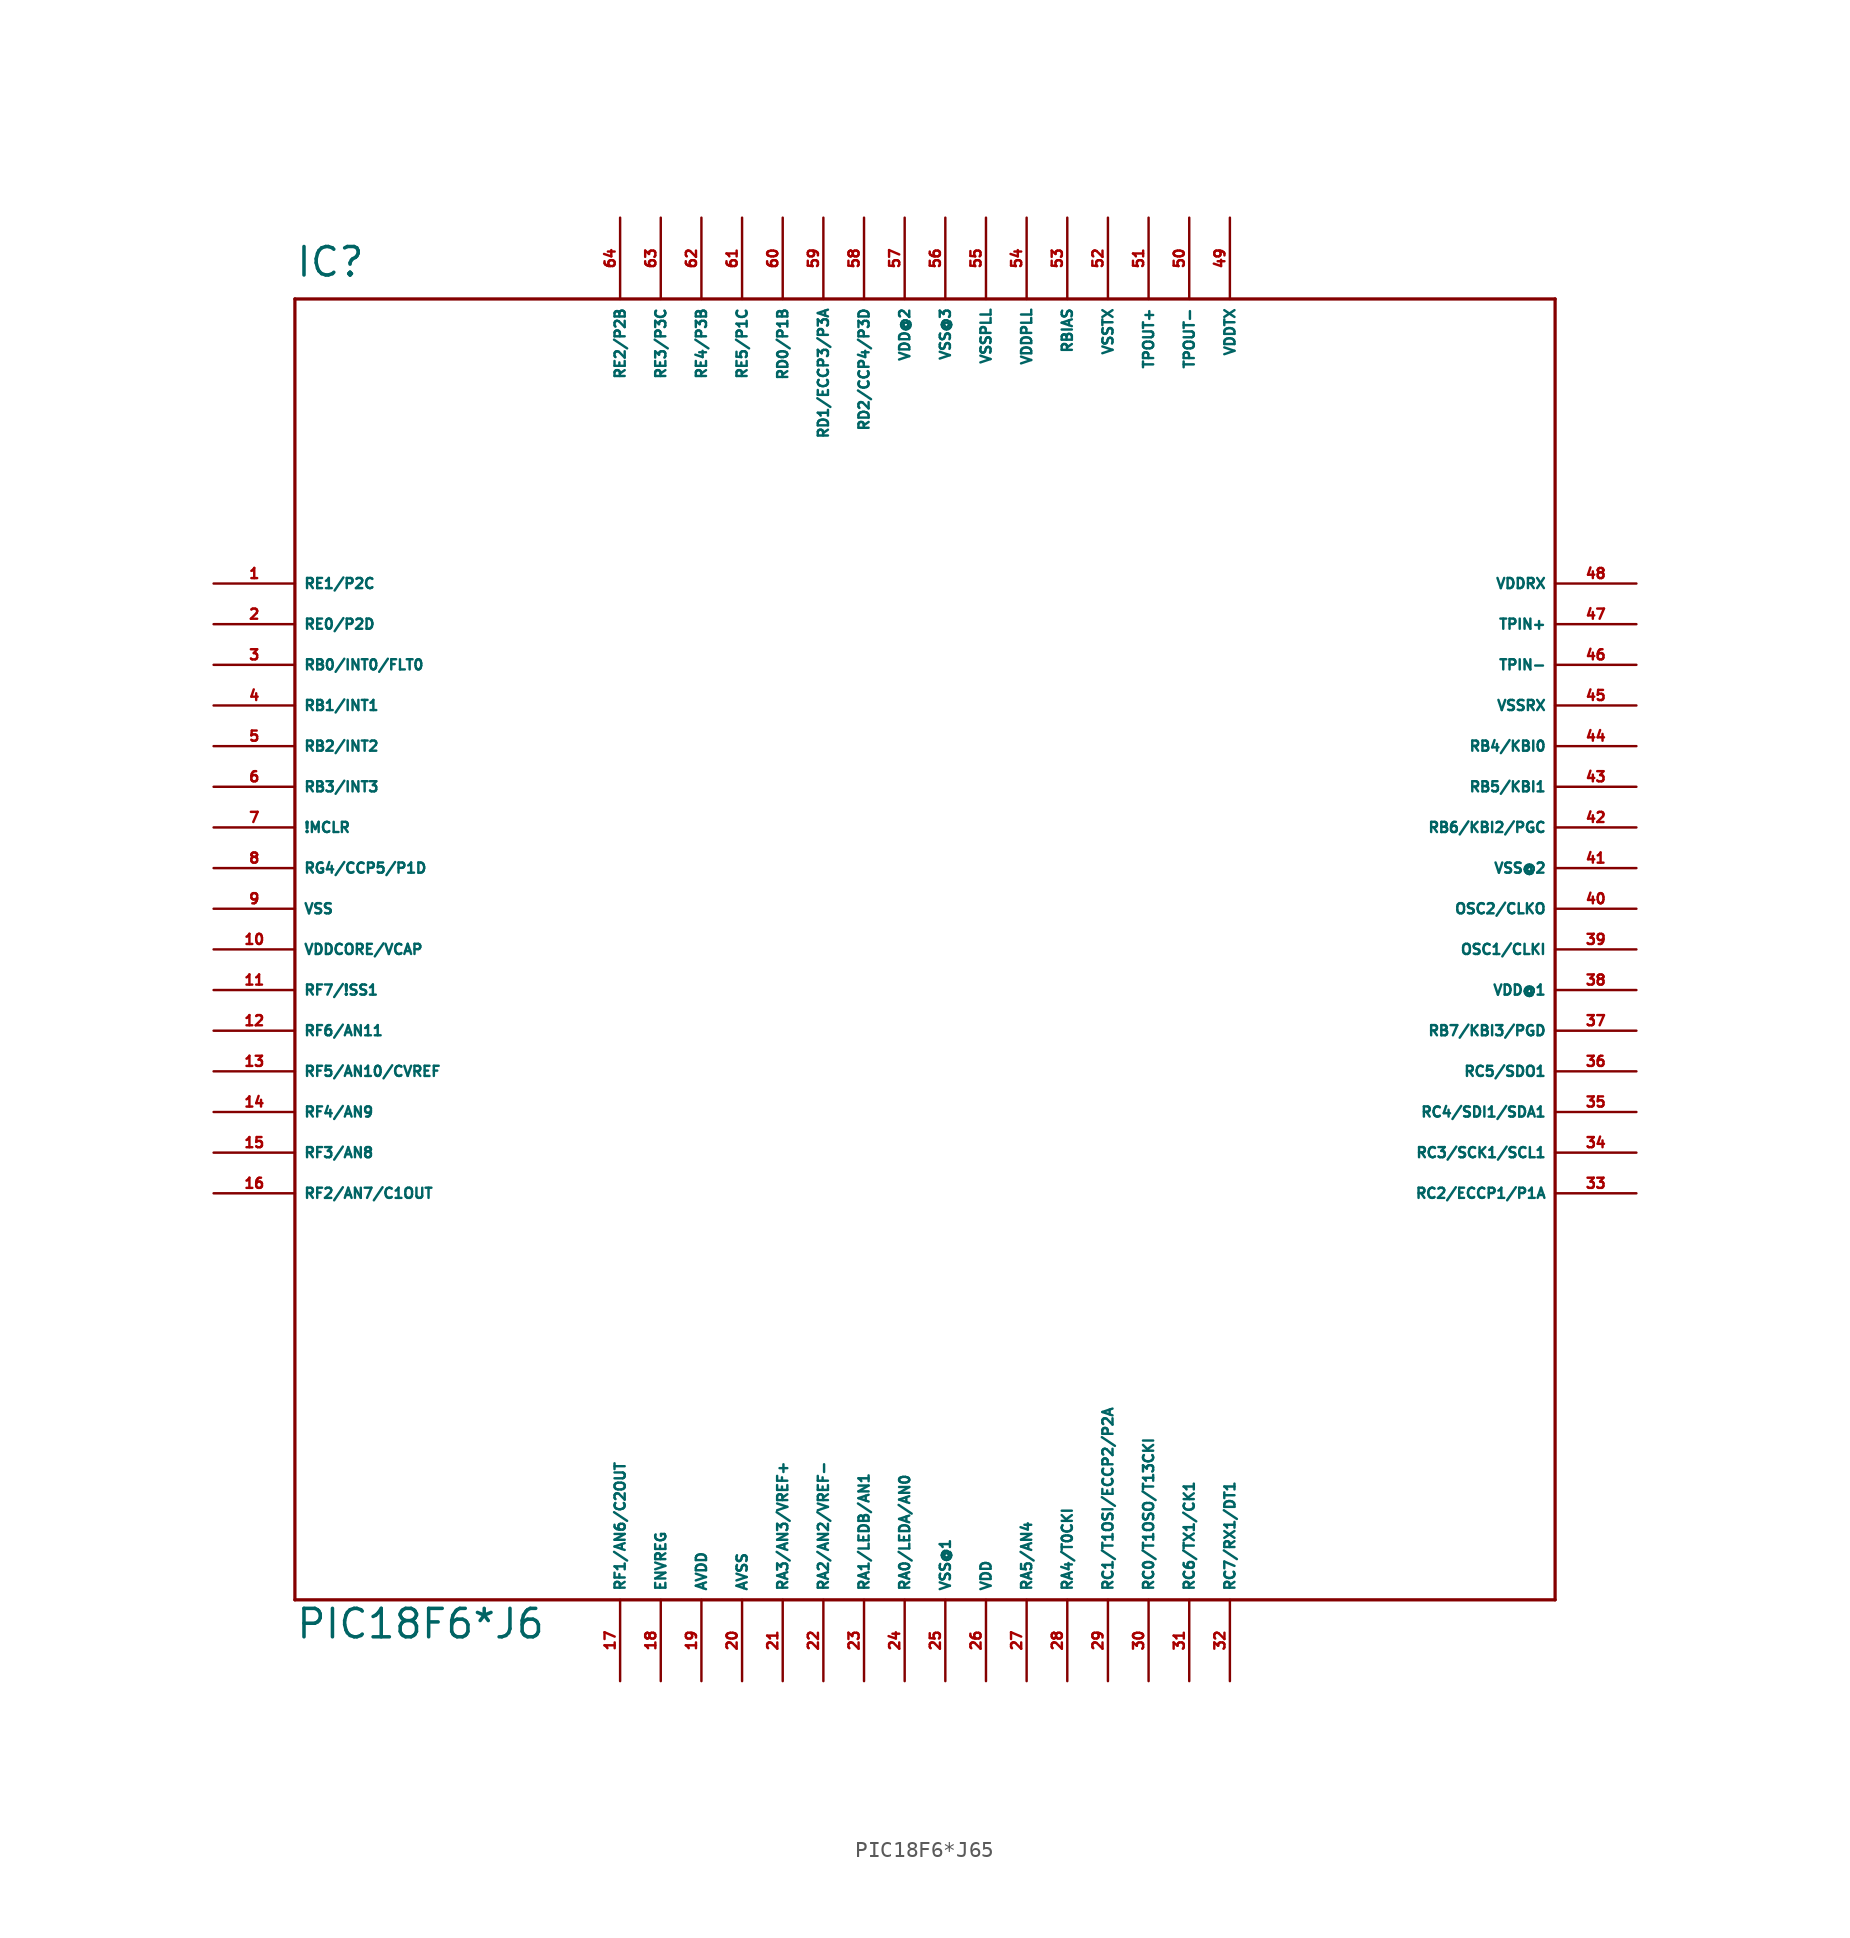
<source format=kicad_sym>
(kicad_symbol_lib
  (version 20220914)
  (generator Eagle2Kicad)
  (symbol "PIC18F6*J65"
    (property "Reference" "IC"
      (at -40.64 41.91 0)
      (effects (font (size 1.778 1.778) (thickness 0.22)) (justify left bottom)))
    (property "Value" "PIC18F6*J6"
      (at -40.64 -43.18 0)
      (effects (font (size 1.778 1.778) (thickness 0.22)) (justify left bottom)))
    (polyline
      (pts (xy -40.64 -40.64) (xy 38.1 -40.64))
      (stroke (width 0.203) (type default))
      (fill (type none)))
    (polyline
      (pts (xy 38.1 -40.64) (xy 38.1 40.64))
      (stroke (width 0.203) (type default))
      (fill (type none)))
    (polyline
      (pts (xy 38.1 40.64) (xy -40.64 40.64))
      (stroke (width 0.203) (type default))
      (fill (type none)))
    (polyline
      (pts (xy -40.64 40.64) (xy -40.64 -40.64))
      (stroke (width 0.203) (type default))
      (fill (type none)))
    (pin bidirectional line
      (at -45.72 22.86 0)
      (length 5.08)
      (name "RE1/P2C" (effects (font (size 0.635 0.635) (thickness 0.08)) (justify left bottom)))
      (number "1" (effects (font (size 0.635 0.635) (thickness 0.08)) (justify left bottom))))
    (pin bidirectional line
      (at -45.72 20.32 0)
      (length 5.08)
      (name "RE0/P2D" (effects (font (size 0.635 0.635) (thickness 0.08)) (justify left bottom)))
      (number "2" (effects (font (size 0.635 0.635) (thickness 0.08)) (justify left bottom))))
    (pin bidirectional line
      (at -45.72 17.78 0)
      (length 5.08)
      (name "RB0/INT0/FLT0" (effects (font (size 0.635 0.635) (thickness 0.08)) (justify left bottom)))
      (number "3" (effects (font (size 0.635 0.635) (thickness 0.08)) (justify left bottom))))
    (pin bidirectional line
      (at -45.72 15.24 0)
      (length 5.08)
      (name "RB1/INT1" (effects (font (size 0.635 0.635) (thickness 0.08)) (justify left bottom)))
      (number "4" (effects (font (size 0.635 0.635) (thickness 0.08)) (justify left bottom))))
    (pin bidirectional line
      (at -45.72 12.7 0)
      (length 5.08)
      (name "RB2/INT2" (effects (font (size 0.635 0.635) (thickness 0.08)) (justify left bottom)))
      (number "5" (effects (font (size 0.635 0.635) (thickness 0.08)) (justify left bottom))))
    (pin bidirectional line
      (at -45.72 10.16 0)
      (length 5.08)
      (name "RB3/INT3" (effects (font (size 0.635 0.635) (thickness 0.08)) (justify left bottom)))
      (number "6" (effects (font (size 0.635 0.635) (thickness 0.08)) (justify left bottom))))
    (pin bidirectional line
      (at -45.72 7.62 0)
      (length 5.08)
      (name "!MCLR" (effects (font (size 0.635 0.635) (thickness 0.08)) (justify left bottom)))
      (number "7" (effects (font (size 0.635 0.635) (thickness 0.08)) (justify left bottom))))
    (pin bidirectional line
      (at -45.72 5.08 0)
      (length 5.08)
      (name "RG4/CCP5/P1D" (effects (font (size 0.635 0.635) (thickness 0.08)) (justify left bottom)))
      (number "8" (effects (font (size 0.635 0.635) (thickness 0.08)) (justify left bottom))))
    (pin bidirectional line
      (at -45.72 2.54 0)
      (length 5.08)
      (name "VSS" (effects (font (size 0.635 0.635) (thickness 0.08)) (justify left bottom)))
      (number "9" (effects (font (size 0.635 0.635) (thickness 0.08)) (justify left bottom))))
    (pin bidirectional line
      (at -45.72 0 0)
      (length 5.08)
      (name "VDDCORE/VCAP" (effects (font (size 0.635 0.635) (thickness 0.08)) (justify left bottom)))
      (number "10" (effects (font (size 0.635 0.635) (thickness 0.08)) (justify left bottom))))
    (pin bidirectional line
      (at -45.72 -2.54 0)
      (length 5.08)
      (name "RF7/!SS1" (effects (font (size 0.635 0.635) (thickness 0.08)) (justify left bottom)))
      (number "11" (effects (font (size 0.635 0.635) (thickness 0.08)) (justify left bottom))))
    (pin bidirectional line
      (at -45.72 -5.08 0)
      (length 5.08)
      (name "RF6/AN11" (effects (font (size 0.635 0.635) (thickness 0.08)) (justify left bottom)))
      (number "12" (effects (font (size 0.635 0.635) (thickness 0.08)) (justify left bottom))))
    (pin bidirectional line
      (at -45.72 -7.62 0)
      (length 5.08)
      (name "RF5/AN10/CVREF" (effects (font (size 0.635 0.635) (thickness 0.08)) (justify left bottom)))
      (number "13" (effects (font (size 0.635 0.635) (thickness 0.08)) (justify left bottom))))
    (pin bidirectional line
      (at -45.72 -10.16 0)
      (length 5.08)
      (name "RF4/AN9" (effects (font (size 0.635 0.635) (thickness 0.08)) (justify left bottom)))
      (number "14" (effects (font (size 0.635 0.635) (thickness 0.08)) (justify left bottom))))
    (pin bidirectional line
      (at -45.72 -12.7 0)
      (length 5.08)
      (name "RF3/AN8" (effects (font (size 0.635 0.635) (thickness 0.08)) (justify left bottom)))
      (number "15" (effects (font (size 0.635 0.635) (thickness 0.08)) (justify left bottom))))
    (pin bidirectional line
      (at -45.72 -15.24 0)
      (length 5.08)
      (name "RF2/AN7/C1OUT" (effects (font (size 0.635 0.635) (thickness 0.08)) (justify left bottom)))
      (number "16" (effects (font (size 0.635 0.635) (thickness 0.08)) (justify left bottom))))
    (pin bidirectional line
      (at -20.32 -45.72 90)
      (length 5.08)
      (name "RF1/AN6/C2OUT" (effects (font (size 0.635 0.635) (thickness 0.08)) (justify left bottom)))
      (number "17" (effects (font (size 0.635 0.635) (thickness 0.08)) (justify left bottom))))
    (pin bidirectional line
      (at -17.78 -45.72 90)
      (length 5.08)
      (name "ENVREG" (effects (font (size 0.635 0.635) (thickness 0.08)) (justify left bottom)))
      (number "18" (effects (font (size 0.635 0.635) (thickness 0.08)) (justify left bottom))))
    (pin bidirectional line
      (at -15.24 -45.72 90)
      (length 5.08)
      (name "AVDD" (effects (font (size 0.635 0.635) (thickness 0.08)) (justify left bottom)))
      (number "19" (effects (font (size 0.635 0.635) (thickness 0.08)) (justify left bottom))))
    (pin bidirectional line
      (at -12.7 -45.72 90)
      (length 5.08)
      (name "AVSS" (effects (font (size 0.635 0.635) (thickness 0.08)) (justify left bottom)))
      (number "20" (effects (font (size 0.635 0.635) (thickness 0.08)) (justify left bottom))))
    (pin bidirectional line
      (at -10.16 -45.72 90)
      (length 5.08)
      (name "RA3/AN3/VREF+" (effects (font (size 0.635 0.635) (thickness 0.08)) (justify left bottom)))
      (number "21" (effects (font (size 0.635 0.635) (thickness 0.08)) (justify left bottom))))
    (pin bidirectional line
      (at -7.62 -45.72 90)
      (length 5.08)
      (name "RA2/AN2/VREF-" (effects (font (size 0.635 0.635) (thickness 0.08)) (justify left bottom)))
      (number "22" (effects (font (size 0.635 0.635) (thickness 0.08)) (justify left bottom))))
    (pin bidirectional line
      (at -5.08 -45.72 90)
      (length 5.08)
      (name "RA1/LEDB/AN1" (effects (font (size 0.635 0.635) (thickness 0.08)) (justify left bottom)))
      (number "23" (effects (font (size 0.635 0.635) (thickness 0.08)) (justify left bottom))))
    (pin bidirectional line
      (at -2.54 -45.72 90)
      (length 5.08)
      (name "RA0/LEDA/AN0" (effects (font (size 0.635 0.635) (thickness 0.08)) (justify left bottom)))
      (number "24" (effects (font (size 0.635 0.635) (thickness 0.08)) (justify left bottom))))
    (pin bidirectional line
      (at 0 -45.72 90)
      (length 5.08)
      (name "VSS@1" (effects (font (size 0.635 0.635) (thickness 0.08)) (justify left bottom)))
      (number "25" (effects (font (size 0.635 0.635) (thickness 0.08)) (justify left bottom))))
    (pin bidirectional line
      (at 2.54 -45.72 90)
      (length 5.08)
      (name "VDD" (effects (font (size 0.635 0.635) (thickness 0.08)) (justify left bottom)))
      (number "26" (effects (font (size 0.635 0.635) (thickness 0.08)) (justify left bottom))))
    (pin bidirectional line
      (at 5.08 -45.72 90)
      (length 5.08)
      (name "RA5/AN4" (effects (font (size 0.635 0.635) (thickness 0.08)) (justify left bottom)))
      (number "27" (effects (font (size 0.635 0.635) (thickness 0.08)) (justify left bottom))))
    (pin bidirectional line
      (at 7.62 -45.72 90)
      (length 5.08)
      (name "RA4/T0CKI" (effects (font (size 0.635 0.635) (thickness 0.08)) (justify left bottom)))
      (number "28" (effects (font (size 0.635 0.635) (thickness 0.08)) (justify left bottom))))
    (pin bidirectional line
      (at 10.16 -45.72 90)
      (length 5.08)
      (name "RC1/T1OSI/ECCP2/P2A" (effects (font (size 0.635 0.635) (thickness 0.08)) (justify left bottom)))
      (number "29" (effects (font (size 0.635 0.635) (thickness 0.08)) (justify left bottom))))
    (pin bidirectional line
      (at 12.7 -45.72 90)
      (length 5.08)
      (name "RC0/T1OSO/T13CKI" (effects (font (size 0.635 0.635) (thickness 0.08)) (justify left bottom)))
      (number "30" (effects (font (size 0.635 0.635) (thickness 0.08)) (justify left bottom))))
    (pin bidirectional line
      (at 15.24 -45.72 90)
      (length 5.08)
      (name "RC6/TX1/CK1" (effects (font (size 0.635 0.635) (thickness 0.08)) (justify left bottom)))
      (number "31" (effects (font (size 0.635 0.635) (thickness 0.08)) (justify left bottom))))
    (pin bidirectional line
      (at 17.78 -45.72 90)
      (length 5.08)
      (name "RC7/RX1/DT1" (effects (font (size 0.635 0.635) (thickness 0.08)) (justify left bottom)))
      (number "32" (effects (font (size 0.635 0.635) (thickness 0.08)) (justify left bottom))))
    (pin bidirectional line
      (at 43.18 -15.24 180)
      (length 5.08)
      (name "RC2/ECCP1/P1A" (effects (font (size 0.635 0.635) (thickness 0.08)) (justify left bottom)))
      (number "33" (effects (font (size 0.635 0.635) (thickness 0.08)) (justify left bottom))))
    (pin bidirectional line
      (at 43.18 -12.7 180)
      (length 5.08)
      (name "RC3/SCK1/SCL1" (effects (font (size 0.635 0.635) (thickness 0.08)) (justify left bottom)))
      (number "34" (effects (font (size 0.635 0.635) (thickness 0.08)) (justify left bottom))))
    (pin bidirectional line
      (at 43.18 -10.16 180)
      (length 5.08)
      (name "RC4/SDI1/SDA1" (effects (font (size 0.635 0.635) (thickness 0.08)) (justify left bottom)))
      (number "35" (effects (font (size 0.635 0.635) (thickness 0.08)) (justify left bottom))))
    (pin bidirectional line
      (at 43.18 -7.62 180)
      (length 5.08)
      (name "RC5/SDO1" (effects (font (size 0.635 0.635) (thickness 0.08)) (justify left bottom)))
      (number "36" (effects (font (size 0.635 0.635) (thickness 0.08)) (justify left bottom))))
    (pin bidirectional line
      (at 43.18 -5.08 180)
      (length 5.08)
      (name "RB7/KBI3/PGD" (effects (font (size 0.635 0.635) (thickness 0.08)) (justify left bottom)))
      (number "37" (effects (font (size 0.635 0.635) (thickness 0.08)) (justify left bottom))))
    (pin bidirectional line
      (at 43.18 -2.54 180)
      (length 5.08)
      (name "VDD@1" (effects (font (size 0.635 0.635) (thickness 0.08)) (justify left bottom)))
      (number "38" (effects (font (size 0.635 0.635) (thickness 0.08)) (justify left bottom))))
    (pin bidirectional line
      (at 43.18 0 180)
      (length 5.08)
      (name "OSC1/CLKI" (effects (font (size 0.635 0.635) (thickness 0.08)) (justify left bottom)))
      (number "39" (effects (font (size 0.635 0.635) (thickness 0.08)) (justify left bottom))))
    (pin bidirectional line
      (at 43.18 2.54 180)
      (length 5.08)
      (name "OSC2/CLKO" (effects (font (size 0.635 0.635) (thickness 0.08)) (justify left bottom)))
      (number "40" (effects (font (size 0.635 0.635) (thickness 0.08)) (justify left bottom))))
    (pin bidirectional line
      (at 43.18 5.08 180)
      (length 5.08)
      (name "VSS@2" (effects (font (size 0.635 0.635) (thickness 0.08)) (justify left bottom)))
      (number "41" (effects (font (size 0.635 0.635) (thickness 0.08)) (justify left bottom))))
    (pin bidirectional line
      (at 43.18 7.62 180)
      (length 5.08)
      (name "RB6/KBI2/PGC" (effects (font (size 0.635 0.635) (thickness 0.08)) (justify left bottom)))
      (number "42" (effects (font (size 0.635 0.635) (thickness 0.08)) (justify left bottom))))
    (pin bidirectional line
      (at 43.18 10.16 180)
      (length 5.08)
      (name "RB5/KBI1" (effects (font (size 0.635 0.635) (thickness 0.08)) (justify left bottom)))
      (number "43" (effects (font (size 0.635 0.635) (thickness 0.08)) (justify left bottom))))
    (pin bidirectional line
      (at 43.18 12.7 180)
      (length 5.08)
      (name "RB4/KBI0" (effects (font (size 0.635 0.635) (thickness 0.08)) (justify left bottom)))
      (number "44" (effects (font (size 0.635 0.635) (thickness 0.08)) (justify left bottom))))
    (pin bidirectional line
      (at 43.18 15.24 180)
      (length 5.08)
      (name "VSSRX" (effects (font (size 0.635 0.635) (thickness 0.08)) (justify left bottom)))
      (number "45" (effects (font (size 0.635 0.635) (thickness 0.08)) (justify left bottom))))
    (pin bidirectional line
      (at 43.18 17.78 180)
      (length 5.08)
      (name "TPIN-" (effects (font (size 0.635 0.635) (thickness 0.08)) (justify left bottom)))
      (number "46" (effects (font (size 0.635 0.635) (thickness 0.08)) (justify left bottom))))
    (pin bidirectional line
      (at 43.18 20.32 180)
      (length 5.08)
      (name "TPIN+" (effects (font (size 0.635 0.635) (thickness 0.08)) (justify left bottom)))
      (number "47" (effects (font (size 0.635 0.635) (thickness 0.08)) (justify left bottom))))
    (pin bidirectional line
      (at 43.18 22.86 180)
      (length 5.08)
      (name "VDDRX" (effects (font (size 0.635 0.635) (thickness 0.08)) (justify left bottom)))
      (number "48" (effects (font (size 0.635 0.635) (thickness 0.08)) (justify left bottom))))
    (pin bidirectional line
      (at 17.78 45.72 270)
      (length 5.08)
      (name "VDDTX" (effects (font (size 0.635 0.635) (thickness 0.08)) (justify left bottom)))
      (number "49" (effects (font (size 0.635 0.635) (thickness 0.08)) (justify left bottom))))
    (pin bidirectional line
      (at 15.24 45.72 270)
      (length 5.08)
      (name "TPOUT-" (effects (font (size 0.635 0.635) (thickness 0.08)) (justify left bottom)))
      (number "50" (effects (font (size 0.635 0.635) (thickness 0.08)) (justify left bottom))))
    (pin bidirectional line
      (at 12.7 45.72 270)
      (length 5.08)
      (name "TPOUT+" (effects (font (size 0.635 0.635) (thickness 0.08)) (justify left bottom)))
      (number "51" (effects (font (size 0.635 0.635) (thickness 0.08)) (justify left bottom))))
    (pin bidirectional line
      (at 10.16 45.72 270)
      (length 5.08)
      (name "VSSTX" (effects (font (size 0.635 0.635) (thickness 0.08)) (justify left bottom)))
      (number "52" (effects (font (size 0.635 0.635) (thickness 0.08)) (justify left bottom))))
    (pin bidirectional line
      (at 7.62 45.72 270)
      (length 5.08)
      (name "RBIAS" (effects (font (size 0.635 0.635) (thickness 0.08)) (justify left bottom)))
      (number "53" (effects (font (size 0.635 0.635) (thickness 0.08)) (justify left bottom))))
    (pin bidirectional line
      (at 5.08 45.72 270)
      (length 5.08)
      (name "VDDPLL" (effects (font (size 0.635 0.635) (thickness 0.08)) (justify left bottom)))
      (number "54" (effects (font (size 0.635 0.635) (thickness 0.08)) (justify left bottom))))
    (pin bidirectional line
      (at 2.54 45.72 270)
      (length 5.08)
      (name "VSSPLL" (effects (font (size 0.635 0.635) (thickness 0.08)) (justify left bottom)))
      (number "55" (effects (font (size 0.635 0.635) (thickness 0.08)) (justify left bottom))))
    (pin bidirectional line
      (at 0 45.72 270)
      (length 5.08)
      (name "VSS@3" (effects (font (size 0.635 0.635) (thickness 0.08)) (justify left bottom)))
      (number "56" (effects (font (size 0.635 0.635) (thickness 0.08)) (justify left bottom))))
    (pin bidirectional line
      (at -2.54 45.72 270)
      (length 5.08)
      (name "VDD@2" (effects (font (size 0.635 0.635) (thickness 0.08)) (justify left bottom)))
      (number "57" (effects (font (size 0.635 0.635) (thickness 0.08)) (justify left bottom))))
    (pin bidirectional line
      (at -5.08 45.72 270)
      (length 5.08)
      (name "RD2/CCP4/P3D" (effects (font (size 0.635 0.635) (thickness 0.08)) (justify left bottom)))
      (number "58" (effects (font (size 0.635 0.635) (thickness 0.08)) (justify left bottom))))
    (pin bidirectional line
      (at -7.62 45.72 270)
      (length 5.08)
      (name "RD1/ECCP3/P3A" (effects (font (size 0.635 0.635) (thickness 0.08)) (justify left bottom)))
      (number "59" (effects (font (size 0.635 0.635) (thickness 0.08)) (justify left bottom))))
    (pin bidirectional line
      (at -10.16 45.72 270)
      (length 5.08)
      (name "RD0/P1B" (effects (font (size 0.635 0.635) (thickness 0.08)) (justify left bottom)))
      (number "60" (effects (font (size 0.635 0.635) (thickness 0.08)) (justify left bottom))))
    (pin bidirectional line
      (at -12.7 45.72 270)
      (length 5.08)
      (name "RE5/P1C" (effects (font (size 0.635 0.635) (thickness 0.08)) (justify left bottom)))
      (number "61" (effects (font (size 0.635 0.635) (thickness 0.08)) (justify left bottom))))
    (pin bidirectional line
      (at -15.24 45.72 270)
      (length 5.08)
      (name "RE4/P3B" (effects (font (size 0.635 0.635) (thickness 0.08)) (justify left bottom)))
      (number "62" (effects (font (size 0.635 0.635) (thickness 0.08)) (justify left bottom))))
    (pin bidirectional line
      (at -17.78 45.72 270)
      (length 5.08)
      (name "RE3/P3C" (effects (font (size 0.635 0.635) (thickness 0.08)) (justify left bottom)))
      (number "63" (effects (font (size 0.635 0.635) (thickness 0.08)) (justify left bottom))))
    (pin bidirectional line
      (at -20.32 45.72 270)
      (length 5.08)
      (name "RE2/P2B" (effects (font (size 0.635 0.635) (thickness 0.08)) (justify left bottom)))
      (number "64" (effects (font (size 0.635 0.635) (thickness 0.08)) (justify left bottom))))))
</source>
